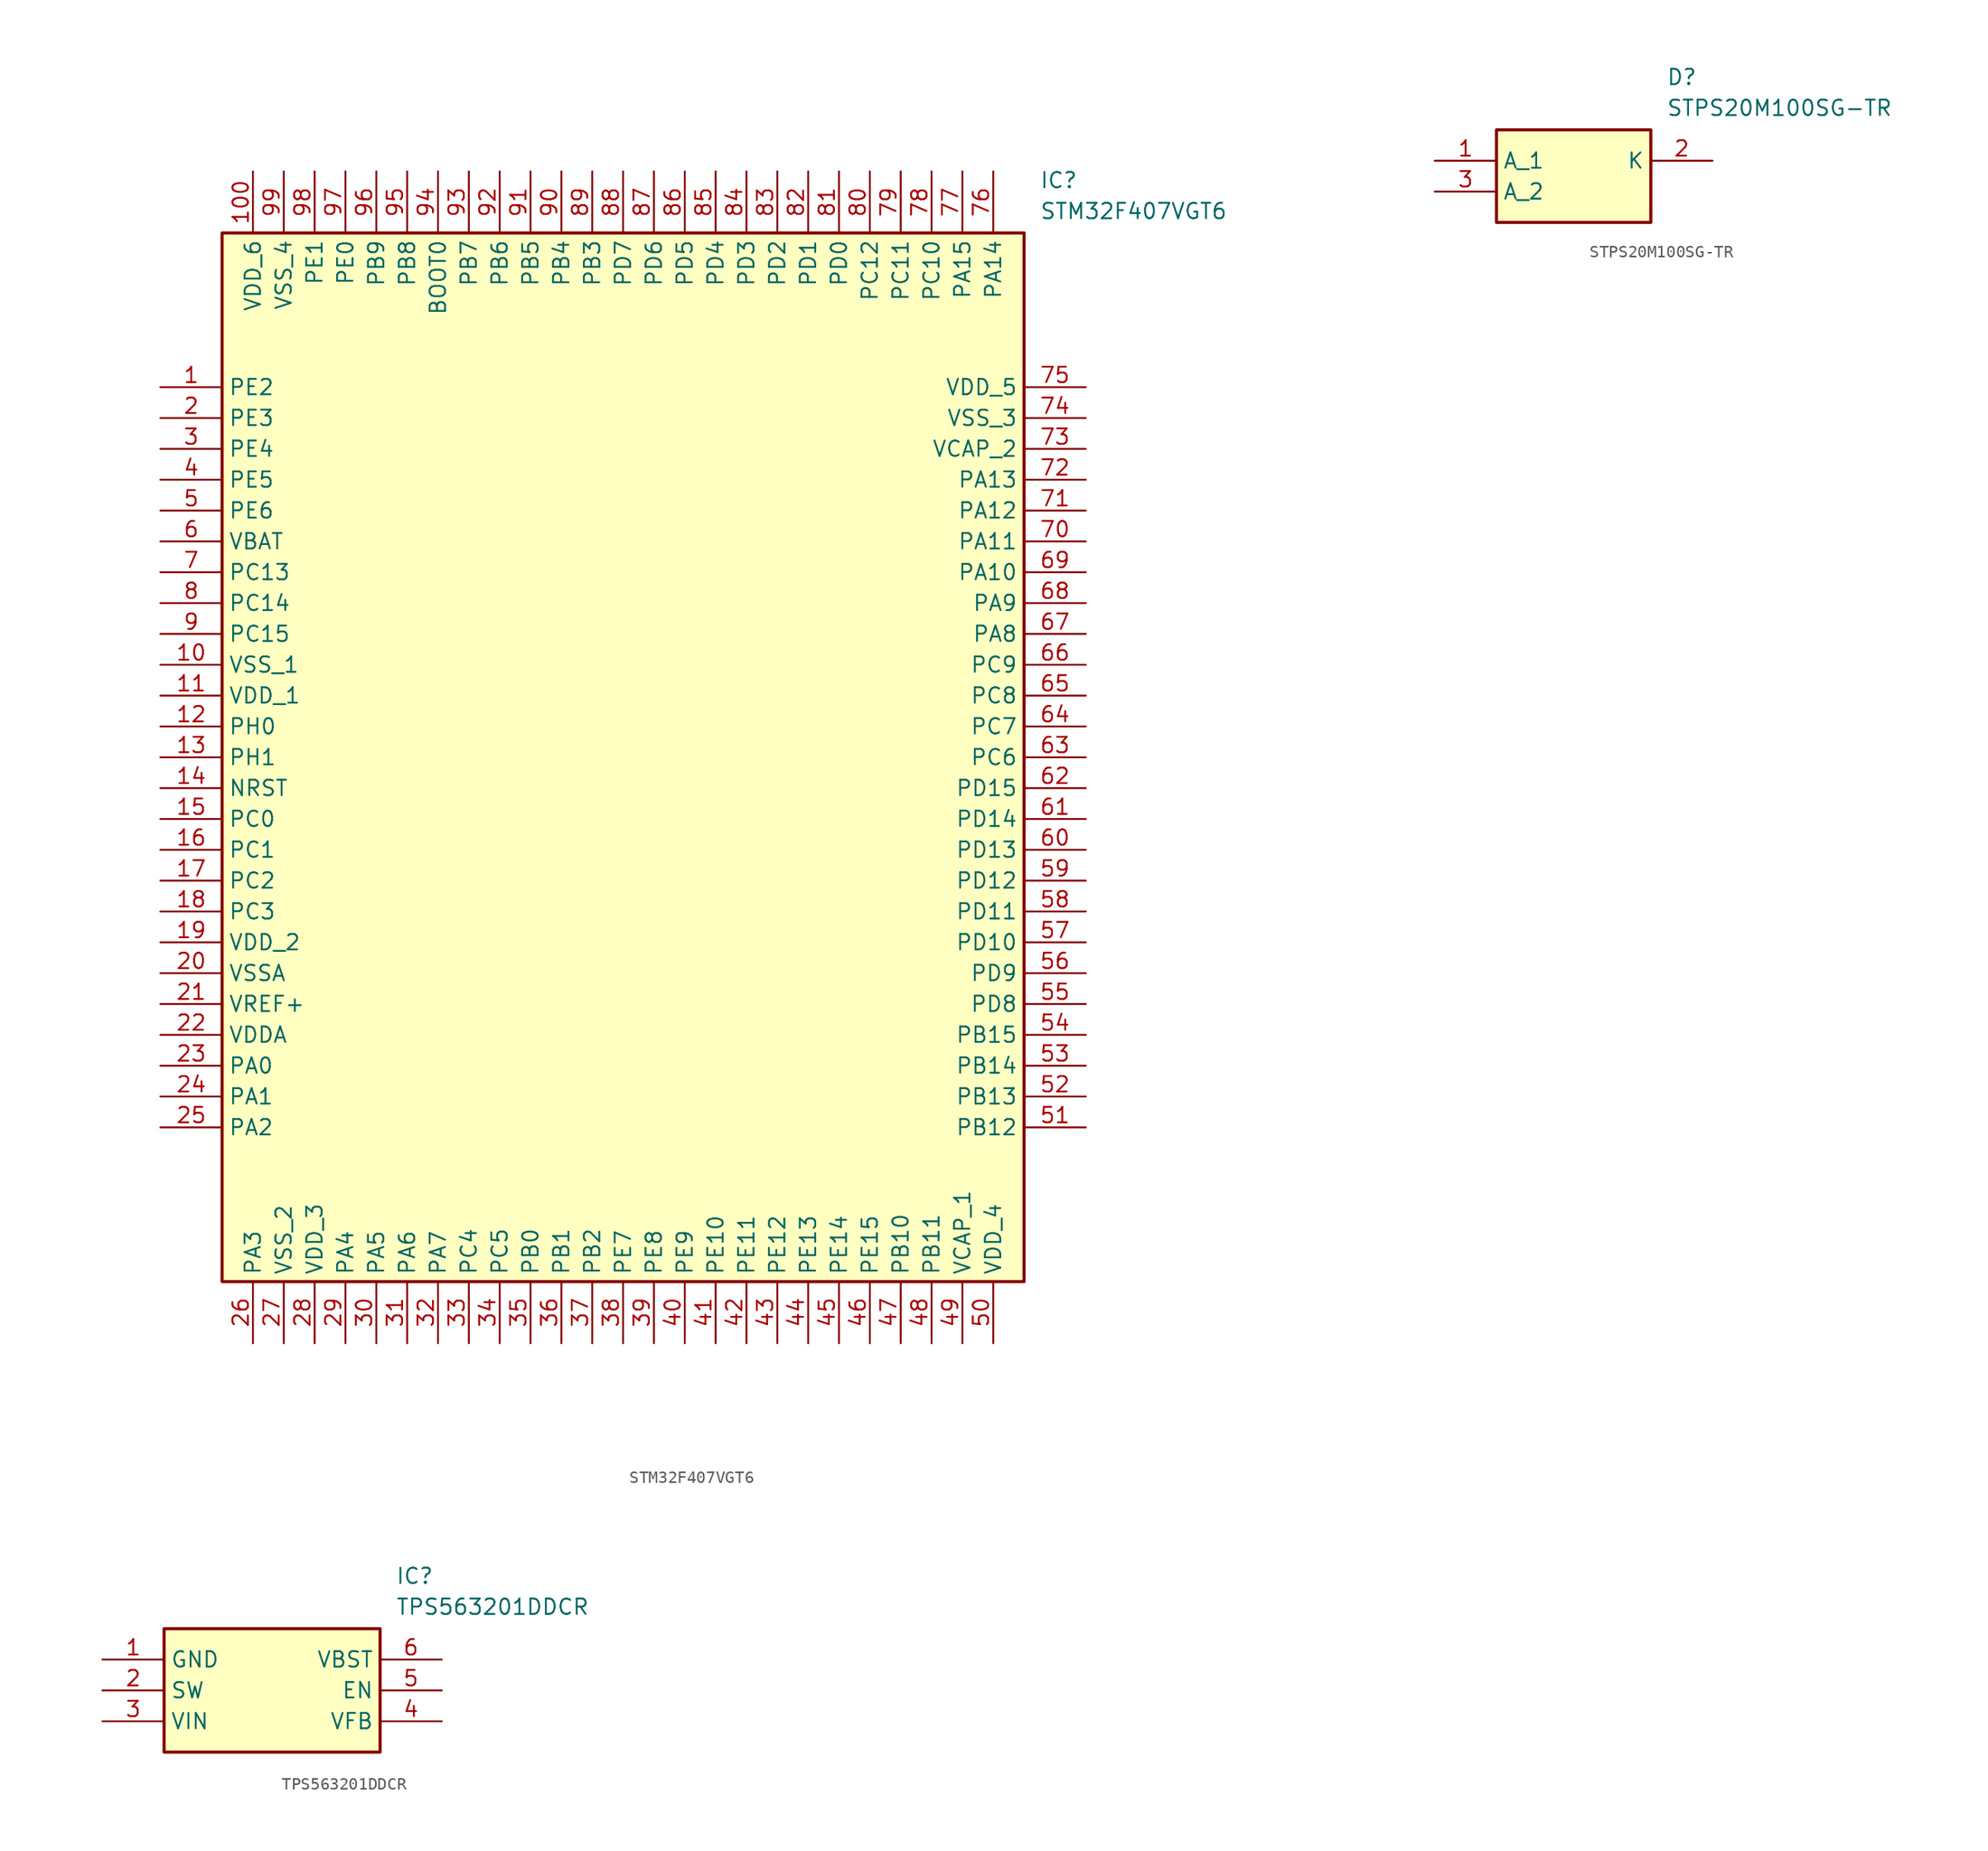
<source format=kicad_sym>
(kicad_symbol_lib
  (version 20231120)
  (generator "kicad_symbol_editor")
  (generator_version "8.0")
  (symbol "STM32F407VGT6"
    (property "Reference" "IC"
      (at 72.39 17.78 0)
      (effects (font (size 1.27 1.27)) (justify left top)))
    (property "Value" "STM32F407VGT6"
      (at 72.39 15.24 0)
      (effects (font (size 1.27 1.27)) (justify left top)))
    (symbol "STM32F407VGT6_1_1"
      (rectangle (start 5.08 12.7) (end 71.12 -73.66) (stroke (width 0.254) (type default)) (fill (type background)))
      (pin passive line (at 0 0 0) (length 5.08) (name "PE2" (effects (font (size 1.27 1.27)))) (number "1" (effects (font (size 1.27 1.27)))))
      (pin passive line (at 0 -22.86 0) (length 5.08) (name "VSS_1" (effects (font (size 1.27 1.27)))) (number "10" (effects (font (size 1.27 1.27)))))
      (pin passive line (at 7.62 17.78 270) (length 5.08) (name "VDD_6" (effects (font (size 1.27 1.27)))) (number "100" (effects (font (size 1.27 1.27)))))
      (pin passive line (at 0 -25.4 0) (length 5.08) (name "VDD_1" (effects (font (size 1.27 1.27)))) (number "11" (effects (font (size 1.27 1.27)))))
      (pin passive line (at 0 -27.94 0) (length 5.08) (name "PH0" (effects (font (size 1.27 1.27)))) (number "12" (effects (font (size 1.27 1.27)))))
      (pin passive line (at 0 -30.48 0) (length 5.08) (name "PH1" (effects (font (size 1.27 1.27)))) (number "13" (effects (font (size 1.27 1.27)))))
      (pin passive line (at 0 -33.02 0) (length 5.08) (name "NRST" (effects (font (size 1.27 1.27)))) (number "14" (effects (font (size 1.27 1.27)))))
      (pin passive line (at 0 -35.56 0) (length 5.08) (name "PC0" (effects (font (size 1.27 1.27)))) (number "15" (effects (font (size 1.27 1.27)))))
      (pin passive line (at 0 -38.1 0) (length 5.08) (name "PC1" (effects (font (size 1.27 1.27)))) (number "16" (effects (font (size 1.27 1.27)))))
      (pin passive line (at 0 -40.64 0) (length 5.08) (name "PC2" (effects (font (size 1.27 1.27)))) (number "17" (effects (font (size 1.27 1.27)))))
      (pin passive line (at 0 -43.18 0) (length 5.08) (name "PC3" (effects (font (size 1.27 1.27)))) (number "18" (effects (font (size 1.27 1.27)))))
      (pin passive line (at 0 -45.72 0) (length 5.08) (name "VDD_2" (effects (font (size 1.27 1.27)))) (number "19" (effects (font (size 1.27 1.27)))))
      (pin passive line (at 0 -2.54 0) (length 5.08) (name "PE3" (effects (font (size 1.27 1.27)))) (number "2" (effects (font (size 1.27 1.27)))))
      (pin passive line (at 0 -48.26 0) (length 5.08) (name "VSSA" (effects (font (size 1.27 1.27)))) (number "20" (effects (font (size 1.27 1.27)))))
      (pin passive line (at 0 -50.8 0) (length 5.08) (name "VREF+" (effects (font (size 1.27 1.27)))) (number "21" (effects (font (size 1.27 1.27)))))
      (pin passive line (at 0 -53.34 0) (length 5.08) (name "VDDA" (effects (font (size 1.27 1.27)))) (number "22" (effects (font (size 1.27 1.27)))))
      (pin passive line (at 0 -55.88 0) (length 5.08) (name "PA0" (effects (font (size 1.27 1.27)))) (number "23" (effects (font (size 1.27 1.27)))))
      (pin passive line (at 0 -58.42 0) (length 5.08) (name "PA1" (effects (font (size 1.27 1.27)))) (number "24" (effects (font (size 1.27 1.27)))))
      (pin passive line (at 0 -60.96 0) (length 5.08) (name "PA2" (effects (font (size 1.27 1.27)))) (number "25" (effects (font (size 1.27 1.27)))))
      (pin passive line (at 7.62 -78.74 90) (length 5.08) (name "PA3" (effects (font (size 1.27 1.27)))) (number "26" (effects (font (size 1.27 1.27)))))
      (pin passive line (at 10.16 -78.74 90) (length 5.08) (name "VSS_2" (effects (font (size 1.27 1.27)))) (number "27" (effects (font (size 1.27 1.27)))))
      (pin passive line (at 12.7 -78.74 90) (length 5.08) (name "VDD_3" (effects (font (size 1.27 1.27)))) (number "28" (effects (font (size 1.27 1.27)))))
      (pin passive line (at 15.24 -78.74 90) (length 5.08) (name "PA4" (effects (font (size 1.27 1.27)))) (number "29" (effects (font (size 1.27 1.27)))))
      (pin passive line (at 0 -5.08 0) (length 5.08) (name "PE4" (effects (font (size 1.27 1.27)))) (number "3" (effects (font (size 1.27 1.27)))))
      (pin passive line (at 17.78 -78.74 90) (length 5.08) (name "PA5" (effects (font (size 1.27 1.27)))) (number "30" (effects (font (size 1.27 1.27)))))
      (pin passive line (at 20.32 -78.74 90) (length 5.08) (name "PA6" (effects (font (size 1.27 1.27)))) (number "31" (effects (font (size 1.27 1.27)))))
      (pin passive line (at 22.86 -78.74 90) (length 5.08) (name "PA7" (effects (font (size 1.27 1.27)))) (number "32" (effects (font (size 1.27 1.27)))))
      (pin passive line (at 25.4 -78.74 90) (length 5.08) (name "PC4" (effects (font (size 1.27 1.27)))) (number "33" (effects (font (size 1.27 1.27)))))
      (pin passive line (at 27.94 -78.74 90) (length 5.08) (name "PC5" (effects (font (size 1.27 1.27)))) (number "34" (effects (font (size 1.27 1.27)))))
      (pin passive line (at 30.48 -78.74 90) (length 5.08) (name "PB0" (effects (font (size 1.27 1.27)))) (number "35" (effects (font (size 1.27 1.27)))))
      (pin passive line (at 33.02 -78.74 90) (length 5.08) (name "PB1" (effects (font (size 1.27 1.27)))) (number "36" (effects (font (size 1.27 1.27)))))
      (pin passive line (at 35.56 -78.74 90) (length 5.08) (name "PB2" (effects (font (size 1.27 1.27)))) (number "37" (effects (font (size 1.27 1.27)))))
      (pin passive line (at 38.1 -78.74 90) (length 5.08) (name "PE7" (effects (font (size 1.27 1.27)))) (number "38" (effects (font (size 1.27 1.27)))))
      (pin passive line (at 40.64 -78.74 90) (length 5.08) (name "PE8" (effects (font (size 1.27 1.27)))) (number "39" (effects (font (size 1.27 1.27)))))
      (pin passive line (at 0 -7.62 0) (length 5.08) (name "PE5" (effects (font (size 1.27 1.27)))) (number "4" (effects (font (size 1.27 1.27)))))
      (pin passive line (at 43.18 -78.74 90) (length 5.08) (name "PE9" (effects (font (size 1.27 1.27)))) (number "40" (effects (font (size 1.27 1.27)))))
      (pin passive line (at 45.72 -78.74 90) (length 5.08) (name "PE10" (effects (font (size 1.27 1.27)))) (number "41" (effects (font (size 1.27 1.27)))))
      (pin passive line (at 48.26 -78.74 90) (length 5.08) (name "PE11" (effects (font (size 1.27 1.27)))) (number "42" (effects (font (size 1.27 1.27)))))
      (pin passive line (at 50.8 -78.74 90) (length 5.08) (name "PE12" (effects (font (size 1.27 1.27)))) (number "43" (effects (font (size 1.27 1.27)))))
      (pin passive line (at 53.34 -78.74 90) (length 5.08) (name "PE13" (effects (font (size 1.27 1.27)))) (number "44" (effects (font (size 1.27 1.27)))))
      (pin passive line (at 55.88 -78.74 90) (length 5.08) (name "PE14" (effects (font (size 1.27 1.27)))) (number "45" (effects (font (size 1.27 1.27)))))
      (pin passive line (at 58.42 -78.74 90) (length 5.08) (name "PE15" (effects (font (size 1.27 1.27)))) (number "46" (effects (font (size 1.27 1.27)))))
      (pin passive line (at 60.96 -78.74 90) (length 5.08) (name "PB10" (effects (font (size 1.27 1.27)))) (number "47" (effects (font (size 1.27 1.27)))))
      (pin passive line (at 63.5 -78.74 90) (length 5.08) (name "PB11" (effects (font (size 1.27 1.27)))) (number "48" (effects (font (size 1.27 1.27)))))
      (pin passive line (at 66.04 -78.74 90) (length 5.08) (name "VCAP_1" (effects (font (size 1.27 1.27)))) (number "49" (effects (font (size 1.27 1.27)))))
      (pin passive line (at 0 -10.16 0) (length 5.08) (name "PE6" (effects (font (size 1.27 1.27)))) (number "5" (effects (font (size 1.27 1.27)))))
      (pin passive line (at 68.58 -78.74 90) (length 5.08) (name "VDD_4" (effects (font (size 1.27 1.27)))) (number "50" (effects (font (size 1.27 1.27)))))
      (pin passive line (at 76.2 -60.96 180) (length 5.08) (name "PB12" (effects (font (size 1.27 1.27)))) (number "51" (effects (font (size 1.27 1.27)))))
      (pin passive line (at 76.2 -58.42 180) (length 5.08) (name "PB13" (effects (font (size 1.27 1.27)))) (number "52" (effects (font (size 1.27 1.27)))))
      (pin passive line (at 76.2 -55.88 180) (length 5.08) (name "PB14" (effects (font (size 1.27 1.27)))) (number "53" (effects (font (size 1.27 1.27)))))
      (pin passive line (at 76.2 -53.34 180) (length 5.08) (name "PB15" (effects (font (size 1.27 1.27)))) (number "54" (effects (font (size 1.27 1.27)))))
      (pin passive line (at 76.2 -50.8 180) (length 5.08) (name "PD8" (effects (font (size 1.27 1.27)))) (number "55" (effects (font (size 1.27 1.27)))))
      (pin passive line (at 76.2 -48.26 180) (length 5.08) (name "PD9" (effects (font (size 1.27 1.27)))) (number "56" (effects (font (size 1.27 1.27)))))
      (pin passive line (at 76.2 -45.72 180) (length 5.08) (name "PD10" (effects (font (size 1.27 1.27)))) (number "57" (effects (font (size 1.27 1.27)))))
      (pin passive line (at 76.2 -43.18 180) (length 5.08) (name "PD11" (effects (font (size 1.27 1.27)))) (number "58" (effects (font (size 1.27 1.27)))))
      (pin passive line (at 76.2 -40.64 180) (length 5.08) (name "PD12" (effects (font (size 1.27 1.27)))) (number "59" (effects (font (size 1.27 1.27)))))
      (pin passive line (at 0 -12.7 0) (length 5.08) (name "VBAT" (effects (font (size 1.27 1.27)))) (number "6" (effects (font (size 1.27 1.27)))))
      (pin passive line (at 76.2 -38.1 180) (length 5.08) (name "PD13" (effects (font (size 1.27 1.27)))) (number "60" (effects (font (size 1.27 1.27)))))
      (pin passive line (at 76.2 -35.56 180) (length 5.08) (name "PD14" (effects (font (size 1.27 1.27)))) (number "61" (effects (font (size 1.27 1.27)))))
      (pin passive line (at 76.2 -33.02 180) (length 5.08) (name "PD15" (effects (font (size 1.27 1.27)))) (number "62" (effects (font (size 1.27 1.27)))))
      (pin passive line (at 76.2 -30.48 180) (length 5.08) (name "PC6" (effects (font (size 1.27 1.27)))) (number "63" (effects (font (size 1.27 1.27)))))
      (pin passive line (at 76.2 -27.94 180) (length 5.08) (name "PC7" (effects (font (size 1.27 1.27)))) (number "64" (effects (font (size 1.27 1.27)))))
      (pin passive line (at 76.2 -25.4 180) (length 5.08) (name "PC8" (effects (font (size 1.27 1.27)))) (number "65" (effects (font (size 1.27 1.27)))))
      (pin passive line (at 76.2 -22.86 180) (length 5.08) (name "PC9" (effects (font (size 1.27 1.27)))) (number "66" (effects (font (size 1.27 1.27)))))
      (pin passive line (at 76.2 -20.32 180) (length 5.08) (name "PA8" (effects (font (size 1.27 1.27)))) (number "67" (effects (font (size 1.27 1.27)))))
      (pin passive line (at 76.2 -17.78 180) (length 5.08) (name "PA9" (effects (font (size 1.27 1.27)))) (number "68" (effects (font (size 1.27 1.27)))))
      (pin passive line (at 76.2 -15.24 180) (length 5.08) (name "PA10" (effects (font (size 1.27 1.27)))) (number "69" (effects (font (size 1.27 1.27)))))
      (pin passive line (at 0 -15.24 0) (length 5.08) (name "PC13" (effects (font (size 1.27 1.27)))) (number "7" (effects (font (size 1.27 1.27)))))
      (pin passive line (at 76.2 -12.7 180) (length 5.08) (name "PA11" (effects (font (size 1.27 1.27)))) (number "70" (effects (font (size 1.27 1.27)))))
      (pin passive line (at 76.2 -10.16 180) (length 5.08) (name "PA12" (effects (font (size 1.27 1.27)))) (number "71" (effects (font (size 1.27 1.27)))))
      (pin passive line (at 76.2 -7.62 180) (length 5.08) (name "PA13" (effects (font (size 1.27 1.27)))) (number "72" (effects (font (size 1.27 1.27)))))
      (pin passive line (at 76.2 -5.08 180) (length 5.08) (name "VCAP_2" (effects (font (size 1.27 1.27)))) (number "73" (effects (font (size 1.27 1.27)))))
      (pin passive line (at 76.2 -2.54 180) (length 5.08) (name "VSS_3" (effects (font (size 1.27 1.27)))) (number "74" (effects (font (size 1.27 1.27)))))
      (pin passive line (at 76.2 0 180) (length 5.08) (name "VDD_5" (effects (font (size 1.27 1.27)))) (number "75" (effects (font (size 1.27 1.27)))))
      (pin passive line (at 68.58 17.78 270) (length 5.08) (name "PA14" (effects (font (size 1.27 1.27)))) (number "76" (effects (font (size 1.27 1.27)))))
      (pin passive line (at 66.04 17.78 270) (length 5.08) (name "PA15" (effects (font (size 1.27 1.27)))) (number "77" (effects (font (size 1.27 1.27)))))
      (pin passive line (at 63.5 17.78 270) (length 5.08) (name "PC10" (effects (font (size 1.27 1.27)))) (number "78" (effects (font (size 1.27 1.27)))))
      (pin passive line (at 60.96 17.78 270) (length 5.08) (name "PC11" (effects (font (size 1.27 1.27)))) (number "79" (effects (font (size 1.27 1.27)))))
      (pin passive line (at 0 -17.78 0) (length 5.08) (name "PC14" (effects (font (size 1.27 1.27)))) (number "8" (effects (font (size 1.27 1.27)))))
      (pin passive line (at 58.42 17.78 270) (length 5.08) (name "PC12" (effects (font (size 1.27 1.27)))) (number "80" (effects (font (size 1.27 1.27)))))
      (pin passive line (at 55.88 17.78 270) (length 5.08) (name "PD0" (effects (font (size 1.27 1.27)))) (number "81" (effects (font (size 1.27 1.27)))))
      (pin passive line (at 53.34 17.78 270) (length 5.08) (name "PD1" (effects (font (size 1.27 1.27)))) (number "82" (effects (font (size 1.27 1.27)))))
      (pin passive line (at 50.8 17.78 270) (length 5.08) (name "PD2" (effects (font (size 1.27 1.27)))) (number "83" (effects (font (size 1.27 1.27)))))
      (pin passive line (at 48.26 17.78 270) (length 5.08) (name "PD3" (effects (font (size 1.27 1.27)))) (number "84" (effects (font (size 1.27 1.27)))))
      (pin passive line (at 45.72 17.78 270) (length 5.08) (name "PD4" (effects (font (size 1.27 1.27)))) (number "85" (effects (font (size 1.27 1.27)))))
      (pin passive line (at 43.18 17.78 270) (length 5.08) (name "PD5" (effects (font (size 1.27 1.27)))) (number "86" (effects (font (size 1.27 1.27)))))
      (pin passive line (at 40.64 17.78 270) (length 5.08) (name "PD6" (effects (font (size 1.27 1.27)))) (number "87" (effects (font (size 1.27 1.27)))))
      (pin passive line (at 38.1 17.78 270) (length 5.08) (name "PD7" (effects (font (size 1.27 1.27)))) (number "88" (effects (font (size 1.27 1.27)))))
      (pin passive line (at 35.56 17.78 270) (length 5.08) (name "PB3" (effects (font (size 1.27 1.27)))) (number "89" (effects (font (size 1.27 1.27)))))
      (pin passive line (at 0 -20.32 0) (length 5.08) (name "PC15" (effects (font (size 1.27 1.27)))) (number "9" (effects (font (size 1.27 1.27)))))
      (pin passive line (at 33.02 17.78 270) (length 5.08) (name "PB4" (effects (font (size 1.27 1.27)))) (number "90" (effects (font (size 1.27 1.27)))))
      (pin passive line (at 30.48 17.78 270) (length 5.08) (name "PB5" (effects (font (size 1.27 1.27)))) (number "91" (effects (font (size 1.27 1.27)))))
      (pin passive line (at 27.94 17.78 270) (length 5.08) (name "PB6" (effects (font (size 1.27 1.27)))) (number "92" (effects (font (size 1.27 1.27)))))
      (pin passive line (at 25.4 17.78 270) (length 5.08) (name "PB7" (effects (font (size 1.27 1.27)))) (number "93" (effects (font (size 1.27 1.27)))))
      (pin passive line (at 22.86 17.78 270) (length 5.08) (name "BOOT0" (effects (font (size 1.27 1.27)))) (number "94" (effects (font (size 1.27 1.27)))))
      (pin passive line (at 20.32 17.78 270) (length 5.08) (name "PB8" (effects (font (size 1.27 1.27)))) (number "95" (effects (font (size 1.27 1.27)))))
      (pin passive line (at 17.78 17.78 270) (length 5.08) (name "PB9" (effects (font (size 1.27 1.27)))) (number "96" (effects (font (size 1.27 1.27)))))
      (pin passive line (at 15.24 17.78 270) (length 5.08) (name "PE0" (effects (font (size 1.27 1.27)))) (number "97" (effects (font (size 1.27 1.27)))))
      (pin passive line (at 12.7 17.78 270) (length 5.08) (name "PE1" (effects (font (size 1.27 1.27)))) (number "98" (effects (font (size 1.27 1.27)))))
      (pin passive line (at 10.16 17.78 270) (length 5.08) (name "VSS_4" (effects (font (size 1.27 1.27)))) (number "99" (effects (font (size 1.27 1.27)))))))
  (symbol "STPS20M100SG-TR"
    (property "Reference" "D"
      (at 19.05 7.62 0)
      (effects (font (size 1.27 1.27)) (justify left top)))
    (property "Value" "STPS20M100SG-TR"
      (at 19.05 5.08 0)
      (effects (font (size 1.27 1.27)) (justify left top)))
    (symbol "STPS20M100SG-TR_1_1"
      (rectangle (start 5.08 2.54) (end 17.78 -5.08) (stroke (width 0.254) (type default)) (fill (type background)))
      (pin passive line (at 0 0 0) (length 5.08) (name "A_1" (effects (font (size 1.27 1.27)))) (number "1" (effects (font (size 1.27 1.27)))))
      (pin passive line (at 22.86 0 180) (length 5.08) (name "K" (effects (font (size 1.27 1.27)))) (number "2" (effects (font (size 1.27 1.27)))))
      (pin passive line (at 0 -2.54 0) (length 5.08) (name "A_2" (effects (font (size 1.27 1.27)))) (number "3" (effects (font (size 1.27 1.27)))))))
  (symbol "TPS563201DDCR"
    (property "Reference" "IC"
      (at 24.13 7.62 0)
      (effects (font (size 1.27 1.27)) (justify left top)))
    (property "Value" "TPS563201DDCR"
      (at 24.13 5.08 0)
      (effects (font (size 1.27 1.27)) (justify left top)))
    (symbol "TPS563201DDCR_1_1"
      (rectangle (start 5.08 2.54) (end 22.86 -7.62) (stroke (width 0.254) (type default)) (fill (type background)))
      (pin passive line (at 0 0 0) (length 5.08) (name "GND" (effects (font (size 1.27 1.27)))) (number "1" (effects (font (size 1.27 1.27)))))
      (pin passive line (at 0 -2.54 0) (length 5.08) (name "SW" (effects (font (size 1.27 1.27)))) (number "2" (effects (font (size 1.27 1.27)))))
      (pin passive line (at 0 -5.08 0) (length 5.08) (name "VIN" (effects (font (size 1.27 1.27)))) (number "3" (effects (font (size 1.27 1.27)))))
      (pin passive line (at 27.94 -5.08 180) (length 5.08) (name "VFB" (effects (font (size 1.27 1.27)))) (number "4" (effects (font (size 1.27 1.27)))))
      (pin passive line (at 27.94 -2.54 180) (length 5.08) (name "EN" (effects (font (size 1.27 1.27)))) (number "5" (effects (font (size 1.27 1.27)))))
      (pin passive line (at 27.94 0 180) (length 5.08) (name "VBST" (effects (font (size 1.27 1.27)))) (number "6" (effects (font (size 1.27 1.27))))))))
</source>
